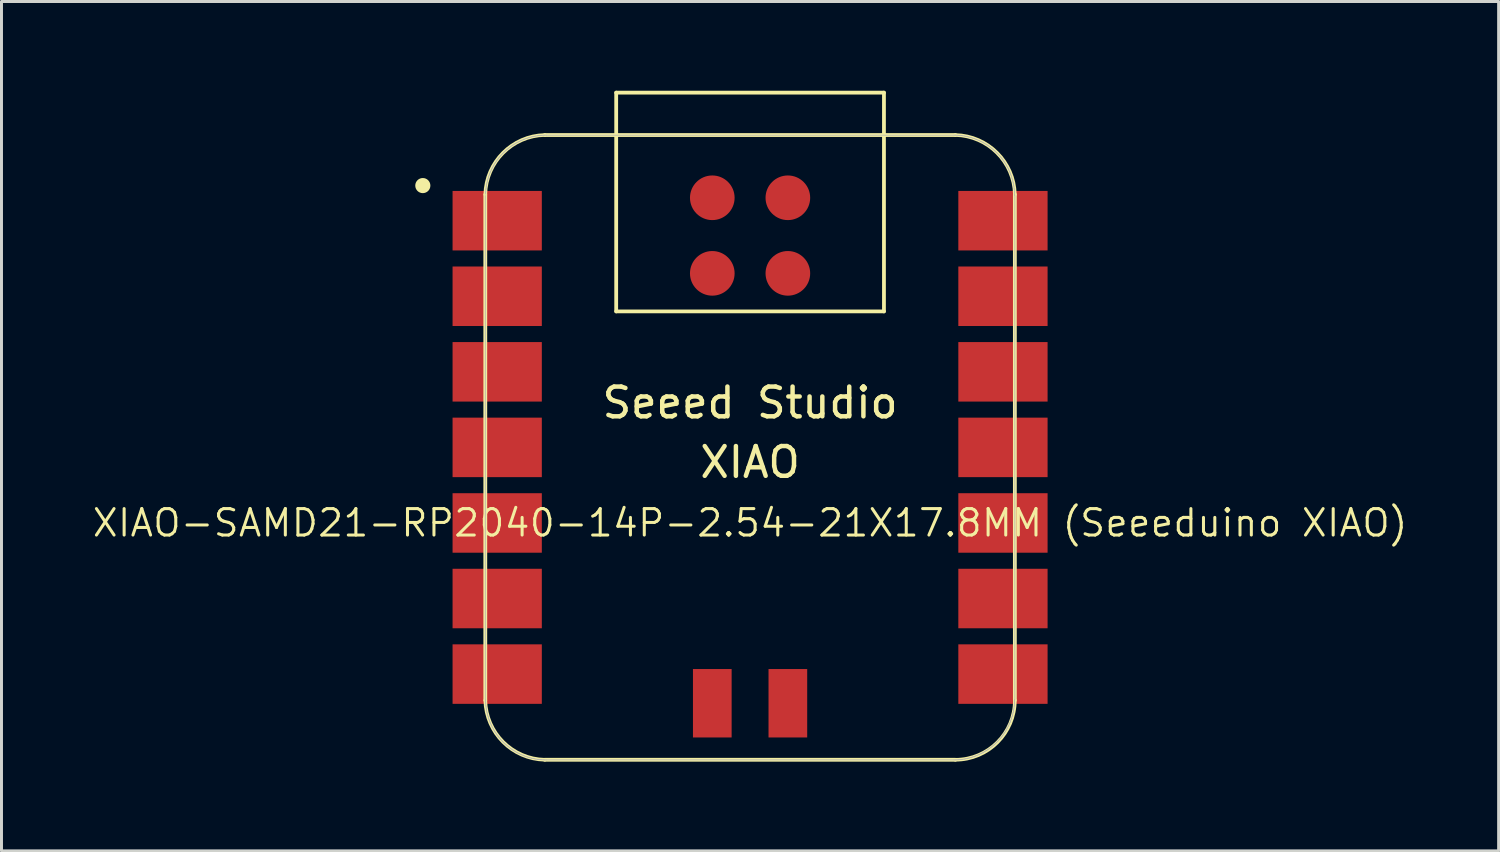
<source format=kicad_pcb>
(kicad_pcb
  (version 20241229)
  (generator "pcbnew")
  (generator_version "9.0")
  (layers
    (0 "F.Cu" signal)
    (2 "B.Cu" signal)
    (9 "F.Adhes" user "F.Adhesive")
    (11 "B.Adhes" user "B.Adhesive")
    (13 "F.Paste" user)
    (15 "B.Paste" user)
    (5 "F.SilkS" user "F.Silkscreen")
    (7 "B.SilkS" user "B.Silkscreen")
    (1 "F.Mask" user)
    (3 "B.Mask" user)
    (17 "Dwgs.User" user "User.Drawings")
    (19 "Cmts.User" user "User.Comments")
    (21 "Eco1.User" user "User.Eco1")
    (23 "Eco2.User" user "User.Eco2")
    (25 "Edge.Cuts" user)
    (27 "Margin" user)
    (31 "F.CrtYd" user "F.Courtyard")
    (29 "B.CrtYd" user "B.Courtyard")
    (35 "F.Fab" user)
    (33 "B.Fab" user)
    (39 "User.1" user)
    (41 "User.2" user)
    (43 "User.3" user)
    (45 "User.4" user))
  (footprint "XIAO-SAMD21-RP2040-14P-2.54-21X17.8MM (Seeeduino XIAO)"
    (layer "F.Cu")
    (at 22.162 11.988)
    (property "Reference" "XIAO-SAMD21-RP2040-14P-2.54-21X17.8MM (Seeeduino XIAO)" (at 0 2.54 0) (layer "F.SilkS") (effects (font (size 0.889 0.889) (thickness 0.102))))
    (attr smd)
    (fp_line (start -8.9 -8.5) (end -8.9 8.5) (stroke (width 0.127) (type solid)) (layer "F.SilkS"))
    (fp_line (start -6.9 10.5) (end 6.9 10.5) (stroke (width 0.127) (type solid)) (layer "F.SilkS"))
    (fp_line (start -4.5 -11.924) (end 4.5 -11.924) (stroke (width 0.127) (type solid)) (layer "F.SilkS"))
    (fp_line (start -4.5 -4.571) (end -4.5 -11.924) (stroke (width 0.127) (type solid)) (layer "F.SilkS"))
    (fp_line (start 4.5 -11.924) (end 4.5 -4.571) (stroke (width 0.127) (type solid)) (layer "F.SilkS"))
    (fp_line (start 4.5 -4.571) (end -4.5 -4.571) (stroke (width 0.127) (type solid)) (layer "F.SilkS"))
    (fp_line (start 6.9 -10.499) (end -6.9 -10.499) (stroke (width 0.127) (type solid)) (layer "F.SilkS"))
    (fp_line (start 8.9 8.5) (end 8.9 -8.5) (stroke (width 0.127) (type solid)) (layer "F.SilkS"))
    (fp_arc (start -8.9 -8.5) (mid -8.301491 -9.901491) (end -6.9 -10.5) (stroke (width 0.12) (type solid)) (layer "F.SilkS"))
    (fp_arc (start -6.9 10.5) (mid -8.301423 9.901423) (end -8.9 8.5) (stroke (width 0.12) (type solid)) (layer "F.SilkS"))
    (fp_arc (start 6.9 -10.5) (mid 8.301494 -9.901494) (end 8.9 -8.5) (stroke (width 0.12) (type solid)) (layer "F.SilkS"))
    (fp_arc (start 8.9 8.5) (mid 8.314214 9.914214) (end 6.9 10.5) (stroke (width 0.12) (type solid)) (layer "F.SilkS"))
    (fp_circle (center -11 -8.8) (end -11 -9.054) (stroke (width 0) (type solid)) (fill yes) (layer "F.SilkS"))
    (fp_poly (pts (xy -8.888 -8.562) (xy -8.885 -8.61) (xy -8.881 -8.659)) (stroke (width 0.025) (type solid)) (fill no) (layer "F.SilkS"))
    (fp_poly (pts (xy 8.889 8.522) (xy 8.888 8.571) (xy 8.885 8.62) (xy 8.881 8.669) (xy 8.875 8.717) (xy 8.869 8.766) (xy 8.861 8.815) (xy 8.852 8.863) (xy 8.842 8.911)) (stroke (width 0.025) (type solid)) (fill no) (layer "F.SilkS"))
    (fp_line (start -8.9 -8.463) (end -8.9 8.473) (stroke (width 0.025) (type solid)) (layer "F.Fab"))
    (fp_line (start -8.89 8.473) (end -8.889 8.522) (stroke (width 0.025) (type solid)) (layer "F.Fab"))
    (fp_line (start -8.889 8.522) (end -8.888 8.571) (stroke (width 0.025) (type solid)) (layer "F.Fab"))
    (fp_line (start -8.888 -8.562) (end -8.889 -8.512) (stroke (width 0.025) (type solid)) (layer "F.Fab"))
    (fp_line (start -8.888 8.571) (end -8.885 8.62) (stroke (width 0.025) (type solid)) (layer "F.Fab"))
    (fp_line (start -8.885 -8.61) (end -8.888 -8.562) (stroke (width 0.025) (type solid)) (layer "F.Fab"))
    (fp_line (start -8.885 8.62) (end -8.881 8.669) (stroke (width 0.025) (type solid)) (layer "F.Fab"))
    (fp_line (start -8.881 -8.659) (end -8.885 -8.61) (stroke (width 0.025) (type solid)) (layer "F.Fab"))
    (fp_line (start -8.881 8.669) (end -8.875 8.717) (stroke (width 0.025) (type solid)) (layer "F.Fab"))
    (fp_line (start -8.875 -8.708) (end -8.881 -8.659) (stroke (width 0.025) (type solid)) (layer "F.Fab"))
    (fp_line (start -8.875 8.717) (end -8.869 8.766) (stroke (width 0.025) (type solid)) (layer "F.Fab"))
    (fp_line (start -8.869 -8.757) (end -8.875 -8.708) (stroke (width 0.025) (type solid)) (layer "F.Fab"))
    (fp_line (start -8.869 8.766) (end -8.861 8.815) (stroke (width 0.025) (type solid)) (layer "F.Fab"))
    (fp_line (start -8.861 -8.806) (end -8.869 -8.757) (stroke (width 0.025) (type solid)) (layer "F.Fab"))
    (fp_line (start -8.861 8.815) (end -8.852 8.863) (stroke (width 0.025) (type solid)) (layer "F.Fab"))
    (fp_line (start -8.852 -8.854) (end -8.861 -8.806) (stroke (width 0.025) (type solid)) (layer "F.Fab"))
    (fp_line (start -8.852 8.863) (end -8.842 8.911) (stroke (width 0.025) (type solid)) (layer "F.Fab"))
    (fp_line (start -8.842 -8.902) (end -8.852 -8.854) (stroke (width 0.025) (type solid)) (layer "F.Fab"))
    (fp_line (start -8.842 8.911) (end -8.831 8.959) (stroke (width 0.025) (type solid)) (layer "F.Fab"))
    (fp_line (start -8.831 -8.95) (end -8.842 -8.902) (stroke (width 0.025) (type solid)) (layer "F.Fab"))
    (fp_line (start -8.831 8.959) (end -8.819 9.006) (stroke (width 0.025) (type solid)) (layer "F.Fab"))
    (fp_line (start -8.819 -8.997) (end -8.831 -8.95) (stroke (width 0.025) (type solid)) (layer "F.Fab"))
    (fp_line (start -8.819 9.006) (end -8.805 9.054) (stroke (width 0.025) (type solid)) (layer "F.Fab"))
    (fp_line (start -8.805 -9.045) (end -8.819 -8.997) (stroke (width 0.025) (type solid)) (layer "F.Fab"))
    (fp_line (start -8.805 9.054) (end -8.79 9.1) (stroke (width 0.025) (type solid)) (layer "F.Fab"))
    (fp_line (start -8.79 -9.091) (end -8.805 -9.045) (stroke (width 0.025) (type solid)) (layer "F.Fab"))
    (fp_line (start -8.79 9.1) (end -8.775 9.147) (stroke (width 0.025) (type solid)) (layer "F.Fab"))
    (fp_line (start -8.775 -9.138) (end -8.79 -9.091) (stroke (width 0.025) (type solid)) (layer "F.Fab"))
    (fp_line (start -8.775 9.147) (end -8.758 9.193) (stroke (width 0.025) (type solid)) (layer "F.Fab"))
    (fp_line (start -8.758 -9.184) (end -8.775 -9.138) (stroke (width 0.025) (type solid)) (layer "F.Fab"))
    (fp_line (start -8.758 9.193) (end -8.74 9.239) (stroke (width 0.025) (type solid)) (layer "F.Fab"))
    (fp_line (start -8.74 -9.23) (end -8.758 -9.184) (stroke (width 0.025) (type solid)) (layer "F.Fab"))
    (fp_line (start -8.74 9.239) (end -8.721 9.284) (stroke (width 0.025) (type solid)) (layer "F.Fab"))
    (fp_line (start -8.721 -9.275) (end -8.74 -9.23) (stroke (width 0.025) (type solid)) (layer "F.Fab"))
    (fp_line (start -8.721 9.284) (end -8.701 9.329) (stroke (width 0.025) (type solid)) (layer "F.Fab"))
    (fp_line (start -8.701 -9.32) (end -8.721 -9.275) (stroke (width 0.025) (type solid)) (layer "F.Fab"))
    (fp_line (start -8.701 9.329) (end -8.679 9.373) (stroke (width 0.025) (type solid)) (layer "F.Fab"))
    (fp_line (start -8.679 -9.364) (end -8.701 -9.32) (stroke (width 0.025) (type solid)) (layer "F.Fab"))
    (fp_line (start -8.679 9.373) (end -8.657 9.417) (stroke (width 0.025) (type solid)) (layer "F.Fab"))
    (fp_line (start -8.657 -9.408) (end -8.679 -9.364) (stroke (width 0.025) (type solid)) (layer "F.Fab"))
    (fp_line (start -8.657 9.417) (end -8.634 9.46) (stroke (width 0.025) (type solid)) (layer "F.Fab"))
    (fp_line (start -8.634 -9.451) (end -8.657 -9.408) (stroke (width 0.025) (type solid)) (layer "F.Fab"))
    (fp_line (start -8.634 9.46) (end -8.61 9.503) (stroke (width 0.025) (type solid)) (layer "F.Fab"))
    (fp_line (start -8.61 -9.494) (end -8.634 -9.451) (stroke (width 0.025) (type solid)) (layer "F.Fab"))
    (fp_line (start -8.61 9.503) (end -8.584 9.545) (stroke (width 0.025) (type solid)) (layer "F.Fab"))
    (fp_line (start -8.584 -9.536) (end -8.61 -9.494) (stroke (width 0.025) (type solid)) (layer "F.Fab"))
    (fp_line (start -8.584 9.545) (end -8.558 9.586) (stroke (width 0.025) (type solid)) (layer "F.Fab"))
    (fp_line (start -8.558 -9.577) (end -8.584 -9.536) (stroke (width 0.025) (type solid)) (layer "F.Fab"))
    (fp_line (start -8.558 9.586) (end -8.53 9.627) (stroke (width 0.025) (type solid)) (layer "F.Fab"))
    (fp_line (start -8.53 -9.618) (end -8.558 -9.577) (stroke (width 0.025) (type solid)) (layer "F.Fab"))
    (fp_line (start -8.53 9.627) (end -8.502 9.667) (stroke (width 0.025) (type solid)) (layer "F.Fab"))
    (fp_line (start -8.502 -9.658) (end -8.53 -9.618) (stroke (width 0.025) (type solid)) (layer "F.Fab"))
    (fp_line (start -8.502 9.667) (end -8.473 9.706) (stroke (width 0.025) (type solid)) (layer "F.Fab"))
    (fp_line (start -8.473 -9.697) (end -8.502 -9.658) (stroke (width 0.025) (type solid)) (layer "F.Fab"))
    (fp_line (start -8.473 9.706) (end -8.442 9.745) (stroke (width 0.025) (type solid)) (layer "F.Fab"))
    (fp_line (start -8.442 -9.736) (end -8.473 -9.697) (stroke (width 0.025) (type solid)) (layer "F.Fab"))
    (fp_line (start -8.442 9.745) (end -8.411 9.783) (stroke (width 0.025) (type solid)) (layer "F.Fab"))
    (fp_line (start -8.411 -9.774) (end -8.442 -9.736) (stroke (width 0.025) (type solid)) (layer "F.Fab"))
    (fp_line (start -8.411 9.783) (end -8.379 9.82) (stroke (width 0.025) (type solid)) (layer "F.Fab"))
    (fp_line (start -8.379 -9.811) (end -8.411 -9.774) (stroke (width 0.025) (type solid)) (layer "F.Fab"))
    (fp_line (start -8.379 9.82) (end -8.346 9.856) (stroke (width 0.025) (type solid)) (layer "F.Fab"))
    (fp_line (start -8.346 -9.847) (end -8.379 -9.811) (stroke (width 0.025) (type solid)) (layer "F.Fab"))
    (fp_line (start -8.346 9.856) (end -8.312 9.892) (stroke (width 0.025) (type solid)) (layer "F.Fab"))
    (fp_line (start -8.312 -9.883) (end -8.346 -9.847) (stroke (width 0.025) (type solid)) (layer "F.Fab"))
    (fp_line (start -8.312 9.892) (end -8.277 9.927) (stroke (width 0.025) (type solid)) (layer "F.Fab"))
    (fp_line (start -8.277 -9.918) (end -8.312 -9.883) (stroke (width 0.025) (type solid)) (layer "F.Fab"))
    (fp_line (start -8.277 9.927) (end -8.242 9.96) (stroke (width 0.025) (type solid)) (layer "F.Fab"))
    (fp_line (start -8.242 -9.951) (end -8.277 -9.918) (stroke (width 0.025) (type solid)) (layer "F.Fab"))
    (fp_line (start -8.242 9.96) (end -8.205 9.994) (stroke (width 0.025) (type solid)) (layer "F.Fab"))
    (fp_line (start -8.205 -9.984) (end -8.242 -9.951) (stroke (width 0.025) (type solid)) (layer "F.Fab"))
    (fp_line (start -8.205 9.994) (end -8.168 10.026) (stroke (width 0.025) (type solid)) (layer "F.Fab"))
    (fp_line (start -8.168 -10.017) (end -8.205 -9.984) (stroke (width 0.025) (type solid)) (layer "F.Fab"))
    (fp_line (start -8.168 10.026) (end -8.13 10.057) (stroke (width 0.025) (type solid)) (layer "F.Fab"))
    (fp_line (start -8.13 -10.048) (end -8.168 -10.017) (stroke (width 0.025) (type solid)) (layer "F.Fab"))
    (fp_line (start -8.13 10.057) (end -8.092 10.087) (stroke (width 0.025) (type solid)) (layer "F.Fab"))
    (fp_line (start -8.092 -10.078) (end -8.13 -10.048) (stroke (width 0.025) (type solid)) (layer "F.Fab"))
    (fp_line (start -8.092 10.087) (end -8.052 10.116) (stroke (width 0.025) (type solid)) (layer "F.Fab"))
    (fp_line (start -8.052 -10.107) (end -8.092 -10.078) (stroke (width 0.025) (type solid)) (layer "F.Fab"))
    (fp_line (start -8.052 10.116) (end -8.012 10.145) (stroke (width 0.025) (type solid)) (layer "F.Fab"))
    (fp_line (start -8.012 -10.136) (end -8.052 -10.107) (stroke (width 0.025) (type solid)) (layer "F.Fab"))
    (fp_line (start -8.012 10.145) (end -7.972 10.172) (stroke (width 0.025) (type solid)) (layer "F.Fab"))
    (fp_line (start -7.972 -10.163) (end -8.012 -10.136) (stroke (width 0.025) (type solid)) (layer "F.Fab"))
    (fp_line (start -7.972 10.172) (end -7.93 10.199) (stroke (width 0.025) (type solid)) (layer "F.Fab"))
    (fp_line (start -7.93 -10.19) (end -7.972 -10.163) (stroke (width 0.025) (type solid)) (layer "F.Fab"))
    (fp_line (start -7.93 10.199) (end -7.888 10.224) (stroke (width 0.025) (type solid)) (layer "F.Fab"))
    (fp_line (start -7.888 -10.215) (end -7.93 -10.19) (stroke (width 0.025) (type solid)) (layer "F.Fab"))
    (fp_line (start -7.888 10.224) (end -7.846 10.249) (stroke (width 0.025) (type solid)) (layer "F.Fab"))
    (fp_line (start -7.846 -10.239) (end -7.888 -10.215) (stroke (width 0.025) (type solid)) (layer "F.Fab"))
    (fp_line (start -7.846 10.249) (end -7.802 10.272) (stroke (width 0.025) (type solid)) (layer "F.Fab"))
    (fp_line (start -7.802 -10.263) (end -7.846 -10.239) (stroke (width 0.025) (type solid)) (layer "F.Fab"))
    (fp_line (start -7.802 10.272) (end -7.759 10.294) (stroke (width 0.025) (type solid)) (layer "F.Fab"))
    (fp_line (start -7.759 -10.285) (end -7.802 -10.263) (stroke (width 0.025) (type solid)) (layer "F.Fab"))
    (fp_line (start -7.759 10.294) (end -7.714 10.315) (stroke (width 0.025) (type solid)) (layer "F.Fab"))
    (fp_line (start -7.714 -10.306) (end -7.759 -10.285) (stroke (width 0.025) (type solid)) (layer "F.Fab"))
    (fp_line (start -7.714 10.315) (end -7.67 10.335) (stroke (width 0.025) (type solid)) (layer "F.Fab"))
    (fp_line (start -7.67 -10.326) (end -7.714 -10.306) (stroke (width 0.025) (type solid)) (layer "F.Fab"))
    (fp_line (start -7.67 10.335) (end -7.624 10.354) (stroke (width 0.025) (type solid)) (layer "F.Fab"))
    (fp_line (start -7.624 -10.345) (end -7.67 -10.326) (stroke (width 0.025) (type solid)) (layer "F.Fab"))
    (fp_line (start -7.624 10.354) (end -7.579 10.372) (stroke (width 0.025) (type solid)) (layer "F.Fab"))
    (fp_line (start -7.579 -10.363) (end -7.624 -10.345) (stroke (width 0.025) (type solid)) (layer "F.Fab"))
    (fp_line (start -7.579 10.372) (end -7.532 10.389) (stroke (width 0.025) (type solid)) (layer "F.Fab"))
    (fp_line (start -7.532 -10.38) (end -7.579 -10.363) (stroke (width 0.025) (type solid)) (layer "F.Fab"))
    (fp_line (start -7.532 10.389) (end -7.486 10.405) (stroke (width 0.025) (type solid)) (layer "F.Fab"))
    (fp_line (start -7.486 -10.396) (end -7.532 -10.38) (stroke (width 0.025) (type solid)) (layer "F.Fab"))
    (fp_line (start -7.486 10.405) (end -7.439 10.42) (stroke (width 0.025) (type solid)) (layer "F.Fab"))
    (fp_line (start -7.439 -10.411) (end -7.486 -10.396) (stroke (width 0.025) (type solid)) (layer "F.Fab"))
    (fp_line (start -7.439 10.42) (end -7.392 10.433) (stroke (width 0.025) (type solid)) (layer "F.Fab"))
    (fp_line (start -7.392 -10.424) (end -7.439 -10.411) (stroke (width 0.025) (type solid)) (layer "F.Fab"))
    (fp_line (start -7.392 10.433) (end -7.344 10.446) (stroke (width 0.025) (type solid)) (layer "F.Fab"))
    (fp_line (start -7.344 -10.436) (end -7.392 -10.424) (stroke (width 0.025) (type solid)) (layer "F.Fab"))
    (fp_line (start -7.344 10.446) (end -7.296 10.457) (stroke (width 0.025) (type solid)) (layer "F.Fab"))
    (fp_line (start -7.296 -10.448) (end -7.344 -10.436) (stroke (width 0.025) (type solid)) (layer "F.Fab"))
    (fp_line (start -7.296 10.457) (end -7.248 10.467) (stroke (width 0.025) (type solid)) (layer "F.Fab"))
    (fp_line (start -7.248 -10.458) (end -7.296 -10.448) (stroke (width 0.025) (type solid)) (layer "F.Fab"))
    (fp_line (start -7.248 10.467) (end -7.2 10.476) (stroke (width 0.025) (type solid)) (layer "F.Fab"))
    (fp_line (start -7.2 -10.466) (end -7.248 -10.458) (stroke (width 0.025) (type solid)) (layer "F.Fab"))
    (fp_line (start -7.2 10.476) (end -7.152 10.483) (stroke (width 0.025) (type solid)) (layer "F.Fab"))
    (fp_line (start -7.152 -10.474) (end -7.2 -10.466) (stroke (width 0.025) (type solid)) (layer "F.Fab"))
    (fp_line (start -7.152 10.483) (end -7.103 10.49) (stroke (width 0.025) (type solid)) (layer "F.Fab"))
    (fp_line (start -7.103 -10.481) (end -7.152 -10.474) (stroke (width 0.025) (type solid)) (layer "F.Fab"))
    (fp_line (start -7.103 10.49) (end -7.054 10.495) (stroke (width 0.025) (type solid)) (layer "F.Fab"))
    (fp_line (start -7.054 -10.486) (end -7.103 -10.481) (stroke (width 0.025) (type solid)) (layer "F.Fab"))
    (fp_line (start -7.054 10.495) (end -7.005 10.499) (stroke (width 0.025) (type solid)) (layer "F.Fab"))
    (fp_line (start -7.005 -10.49) (end -7.054 -10.486) (stroke (width 0.025) (type solid)) (layer "F.Fab"))
    (fp_line (start -7.005 10.499) (end -6.956 10.502) (stroke (width 0.025) (type solid)) (layer "F.Fab"))
    (fp_line (start -6.956 -10.493) (end -7.005 -10.49) (stroke (width 0.025) (type solid)) (layer "F.Fab"))
    (fp_line (start -6.956 10.502) (end -6.907 10.504) (stroke (width 0.025) (type solid)) (layer "F.Fab"))
    (fp_line (start -6.907 -10.495) (end -6.956 -10.493) (stroke (width 0.025) (type solid)) (layer "F.Fab"))
    (fp_line (start -6.907 10.504) (end -6.858 10.505) (stroke (width 0.025) (type solid)) (layer "F.Fab"))
    (fp_line (start -6.858 -10.495) (end -6.907 -10.495) (stroke (width 0.025) (type solid)) (layer "F.Fab"))
    (fp_line (start -6.858 10.505) (end 6.858 10.505) (stroke (width 0.025) (type solid)) (layer "F.Fab"))
    (fp_line (start 6.858 -10.495) (end -6.858 -10.495) (stroke (width 0.025) (type solid)) (layer "F.Fab"))
    (fp_line (start 6.858 10.505) (end 6.907 10.504) (stroke (width 0.025) (type solid)) (layer "F.Fab"))
    (fp_line (start 6.907 -10.495) (end 6.858 -10.495) (stroke (width 0.025) (type solid)) (layer "F.Fab"))
    (fp_line (start 6.907 10.504) (end 6.956 10.502) (stroke (width 0.025) (type solid)) (layer "F.Fab"))
    (fp_line (start 6.956 -10.493) (end 6.907 -10.495) (stroke (width 0.025) (type solid)) (layer "F.Fab"))
    (fp_line (start 6.956 10.502) (end 7.005 10.499) (stroke (width 0.025) (type solid)) (layer "F.Fab"))
    (fp_line (start 7.005 -10.49) (end 6.956 -10.493) (stroke (width 0.025) (type solid)) (layer "F.Fab"))
    (fp_line (start 7.005 10.499) (end 7.054 10.495) (stroke (width 0.025) (type solid)) (layer "F.Fab"))
    (fp_line (start 7.054 -10.486) (end 7.005 -10.49) (stroke (width 0.025) (type solid)) (layer "F.Fab"))
    (fp_line (start 7.054 10.495) (end 7.103 10.49) (stroke (width 0.025) (type solid)) (layer "F.Fab"))
    (fp_line (start 7.103 -10.481) (end 7.054 -10.486) (stroke (width 0.025) (type solid)) (layer "F.Fab"))
    (fp_line (start 7.103 10.49) (end 7.152 10.483) (stroke (width 0.025) (type solid)) (layer "F.Fab"))
    (fp_line (start 7.152 -10.474) (end 7.103 -10.481) (stroke (width 0.025) (type solid)) (layer "F.Fab"))
    (fp_line (start 7.152 10.483) (end 7.2 10.476) (stroke (width 0.025) (type solid)) (layer "F.Fab"))
    (fp_line (start 7.2 -10.466) (end 7.152 -10.474) (stroke (width 0.025) (type solid)) (layer "F.Fab"))
    (fp_line (start 7.2 10.476) (end 7.248 10.467) (stroke (width 0.025) (type solid)) (layer "F.Fab"))
    (fp_line (start 7.248 -10.458) (end 7.2 -10.466) (stroke (width 0.025) (type solid)) (layer "F.Fab"))
    (fp_line (start 7.248 10.467) (end 7.296 10.457) (stroke (width 0.025) (type solid)) (layer "F.Fab"))
    (fp_line (start 7.296 -10.448) (end 7.248 -10.458) (stroke (width 0.025) (type solid)) (layer "F.Fab"))
    (fp_line (start 7.296 10.457) (end 7.344 10.446) (stroke (width 0.025) (type solid)) (layer "F.Fab"))
    (fp_line (start 7.344 -10.436) (end 7.296 -10.448) (stroke (width 0.025) (type solid)) (layer "F.Fab"))
    (fp_line (start 7.344 10.446) (end 7.392 10.433) (stroke (width 0.025) (type solid)) (layer "F.Fab"))
    (fp_line (start 7.392 -10.424) (end 7.344 -10.436) (stroke (width 0.025) (type solid)) (layer "F.Fab"))
    (fp_line (start 7.392 10.433) (end 7.439 10.42) (stroke (width 0.025) (type solid)) (layer "F.Fab"))
    (fp_line (start 7.439 -10.411) (end 7.392 -10.424) (stroke (width 0.025) (type solid)) (layer "F.Fab"))
    (fp_line (start 7.439 10.42) (end 7.486 10.405) (stroke (width 0.025) (type solid)) (layer "F.Fab"))
    (fp_line (start 7.486 -10.396) (end 7.439 -10.411) (stroke (width 0.025) (type solid)) (layer "F.Fab"))
    (fp_line (start 7.486 10.405) (end 7.532 10.389) (stroke (width 0.025) (type solid)) (layer "F.Fab"))
    (fp_line (start 7.532 -10.38) (end 7.486 -10.396) (stroke (width 0.025) (type solid)) (layer "F.Fab"))
    (fp_line (start 7.532 10.389) (end 7.579 10.372) (stroke (width 0.025) (type solid)) (layer "F.Fab"))
    (fp_line (start 7.579 -10.363) (end 7.532 -10.38) (stroke (width 0.025) (type solid)) (layer "F.Fab"))
    (fp_line (start 7.579 10.372) (end 7.624 10.354) (stroke (width 0.025) (type solid)) (layer "F.Fab"))
    (fp_line (start 7.624 -10.345) (end 7.579 -10.363) (stroke (width 0.025) (type solid)) (layer "F.Fab"))
    (fp_line (start 7.624 10.354) (end 7.67 10.335) (stroke (width 0.025) (type solid)) (layer "F.Fab"))
    (fp_line (start 7.67 -10.326) (end 7.624 -10.345) (stroke (width 0.025) (type solid)) (layer "F.Fab"))
    (fp_line (start 7.67 10.335) (end 7.714 10.315) (stroke (width 0.025) (type solid)) (layer "F.Fab"))
    (fp_line (start 7.714 -10.306) (end 7.67 -10.326) (stroke (width 0.025) (type solid)) (layer "F.Fab"))
    (fp_line (start 7.714 10.315) (end 7.759 10.294) (stroke (width 0.025) (type solid)) (layer "F.Fab"))
    (fp_line (start 7.759 -10.285) (end 7.714 -10.306) (stroke (width 0.025) (type solid)) (layer "F.Fab"))
    (fp_line (start 7.759 10.294) (end 7.802 10.272) (stroke (width 0.025) (type solid)) (layer "F.Fab"))
    (fp_line (start 7.802 -10.263) (end 7.759 -10.285) (stroke (width 0.025) (type solid)) (layer "F.Fab"))
    (fp_line (start 7.802 10.272) (end 7.846 10.249) (stroke (width 0.025) (type solid)) (layer "F.Fab"))
    (fp_line (start 7.846 -10.239) (end 7.802 -10.263) (stroke (width 0.025) (type solid)) (layer "F.Fab"))
    (fp_line (start 7.846 10.249) (end 7.888 10.224) (stroke (width 0.025) (type solid)) (layer "F.Fab"))
    (fp_line (start 7.888 -10.215) (end 7.846 -10.239) (stroke (width 0.025) (type solid)) (layer "F.Fab"))
    (fp_line (start 7.888 10.224) (end 7.93 10.199) (stroke (width 0.025) (type solid)) (layer "F.Fab"))
    (fp_line (start 7.93 -10.19) (end 7.888 -10.215) (stroke (width 0.025) (type solid)) (layer "F.Fab"))
    (fp_line (start 7.93 10.199) (end 7.972 10.172) (stroke (width 0.025) (type solid)) (layer "F.Fab"))
    (fp_line (start 7.972 -10.163) (end 7.93 -10.19) (stroke (width 0.025) (type solid)) (layer "F.Fab"))
    (fp_line (start 7.972 10.172) (end 8.012 10.145) (stroke (width 0.025) (type solid)) (layer "F.Fab"))
    (fp_line (start 8.012 -10.136) (end 7.972 -10.163) (stroke (width 0.025) (type solid)) (layer "F.Fab"))
    (fp_line (start 8.012 10.145) (end 8.052 10.116) (stroke (width 0.025) (type solid)) (layer "F.Fab"))
    (fp_line (start 8.052 -10.107) (end 8.012 -10.136) (stroke (width 0.025) (type solid)) (layer "F.Fab"))
    (fp_line (start 8.052 10.116) (end 8.092 10.087) (stroke (width 0.025) (type solid)) (layer "F.Fab"))
    (fp_line (start 8.092 -10.078) (end 8.052 -10.107) (stroke (width 0.025) (type solid)) (layer "F.Fab"))
    (fp_line (start 8.092 10.087) (end 8.13 10.057) (stroke (width 0.025) (type solid)) (layer "F.Fab"))
    (fp_line (start 8.13 -10.048) (end 8.092 -10.078) (stroke (width 0.025) (type solid)) (layer "F.Fab"))
    (fp_line (start 8.13 10.057) (end 8.168 10.026) (stroke (width 0.025) (type solid)) (layer "F.Fab"))
    (fp_line (start 8.168 -10.017) (end 8.13 -10.048) (stroke (width 0.025) (type solid)) (layer "F.Fab"))
    (fp_line (start 8.168 10.026) (end 8.205 9.994) (stroke (width 0.025) (type solid)) (layer "F.Fab"))
    (fp_line (start 8.205 -9.984) (end 8.168 -10.017) (stroke (width 0.025) (type solid)) (layer "F.Fab"))
    (fp_line (start 8.205 9.994) (end 8.242 9.96) (stroke (width 0.025) (type solid)) (layer "F.Fab"))
    (fp_line (start 8.242 -9.951) (end 8.205 -9.984) (stroke (width 0.025) (type solid)) (layer "F.Fab"))
    (fp_line (start 8.242 9.96) (end 8.277 9.927) (stroke (width 0.025) (type solid)) (layer "F.Fab"))
    (fp_line (start 8.277 -9.918) (end 8.242 -9.951) (stroke (width 0.025) (type solid)) (layer "F.Fab"))
    (fp_line (start 8.277 9.927) (end 8.312 9.892) (stroke (width 0.025) (type solid)) (layer "F.Fab"))
    (fp_line (start 8.312 -9.883) (end 8.277 -9.918) (stroke (width 0.025) (type solid)) (layer "F.Fab"))
    (fp_line (start 8.312 9.892) (end 8.346 9.856) (stroke (width 0.025) (type solid)) (layer "F.Fab"))
    (fp_line (start 8.346 -9.847) (end 8.312 -9.883) (stroke (width 0.025) (type solid)) (layer "F.Fab"))
    (fp_line (start 8.346 9.856) (end 8.379 9.82) (stroke (width 0.025) (type solid)) (layer "F.Fab"))
    (fp_line (start 8.379 -9.811) (end 8.346 -9.847) (stroke (width 0.025) (type solid)) (layer "F.Fab"))
    (fp_line (start 8.379 9.82) (end 8.411 9.783) (stroke (width 0.025) (type solid)) (layer "F.Fab"))
    (fp_line (start 8.411 -9.774) (end 8.379 -9.811) (stroke (width 0.025) (type solid)) (layer "F.Fab"))
    (fp_line (start 8.411 9.783) (end 8.442 9.745) (stroke (width 0.025) (type solid)) (layer "F.Fab"))
    (fp_line (start 8.442 -9.736) (end 8.411 -9.774) (stroke (width 0.025) (type solid)) (layer "F.Fab"))
    (fp_line (start 8.442 9.745) (end 8.473 9.706) (stroke (width 0.025) (type solid)) (layer "F.Fab"))
    (fp_line (start 8.473 -9.697) (end 8.442 -9.736) (stroke (width 0.025) (type solid)) (layer "F.Fab"))
    (fp_line (start 8.473 9.706) (end 8.502 9.667) (stroke (width 0.025) (type solid)) (layer "F.Fab"))
    (fp_line (start 8.502 -9.658) (end 8.473 -9.697) (stroke (width 0.025) (type solid)) (layer "F.Fab"))
    (fp_line (start 8.502 9.667) (end 8.53 9.627) (stroke (width 0.025) (type solid)) (layer "F.Fab"))
    (fp_line (start 8.53 -9.618) (end 8.502 -9.658) (stroke (width 0.025) (type solid)) (layer "F.Fab"))
    (fp_line (start 8.53 9.627) (end 8.558 9.586) (stroke (width 0.025) (type solid)) (layer "F.Fab"))
    (fp_line (start 8.558 -9.577) (end 8.53 -9.618) (stroke (width 0.025) (type solid)) (layer "F.Fab"))
    (fp_line (start 8.558 9.586) (end 8.584 9.545) (stroke (width 0.025) (type solid)) (layer "F.Fab"))
    (fp_line (start 8.584 -9.536) (end 8.558 -9.577) (stroke (width 0.025) (type solid)) (layer "F.Fab"))
    (fp_line (start 8.584 9.545) (end 8.61 9.503) (stroke (width 0.025) (type solid)) (layer "F.Fab"))
    (fp_line (start 8.61 -9.494) (end 8.584 -9.536) (stroke (width 0.025) (type solid)) (layer "F.Fab"))
    (fp_line (start 8.61 9.503) (end 8.634 9.46) (stroke (width 0.025) (type solid)) (layer "F.Fab"))
    (fp_line (start 8.634 -9.451) (end 8.61 -9.494) (stroke (width 0.025) (type solid)) (layer "F.Fab"))
    (fp_line (start 8.634 9.46) (end 8.657 9.417) (stroke (width 0.025) (type solid)) (layer "F.Fab"))
    (fp_line (start 8.657 -9.408) (end 8.634 -9.451) (stroke (width 0.025) (type solid)) (layer "F.Fab"))
    (fp_line (start 8.657 9.417) (end 8.679 9.373) (stroke (width 0.025) (type solid)) (layer "F.Fab"))
    (fp_line (start 8.679 -9.364) (end 8.657 -9.408) (stroke (width 0.025) (type solid)) (layer "F.Fab"))
    (fp_line (start 8.679 9.373) (end 8.701 9.329) (stroke (width 0.025) (type solid)) (layer "F.Fab"))
    (fp_line (start 8.701 -9.32) (end 8.679 -9.364) (stroke (width 0.025) (type solid)) (layer "F.Fab"))
    (fp_line (start 8.701 9.329) (end 8.721 9.284) (stroke (width 0.025) (type solid)) (layer "F.Fab"))
    (fp_line (start 8.721 -9.275) (end 8.701 -9.32) (stroke (width 0.025) (type solid)) (layer "F.Fab"))
    (fp_line (start 8.721 9.284) (end 8.74 9.239) (stroke (width 0.025) (type solid)) (layer "F.Fab"))
    (fp_line (start 8.74 -9.23) (end 8.721 -9.275) (stroke (width 0.025) (type solid)) (layer "F.Fab"))
    (fp_line (start 8.74 9.239) (end 8.758 9.193) (stroke (width 0.025) (type solid)) (layer "F.Fab"))
    (fp_line (start 8.758 -9.184) (end 8.74 -9.23) (stroke (width 0.025) (type solid)) (layer "F.Fab"))
    (fp_line (start 8.758 9.193) (end 8.775 9.147) (stroke (width 0.025) (type solid)) (layer "F.Fab"))
    (fp_line (start 8.775 -9.138) (end 8.758 -9.184) (stroke (width 0.025) (type solid)) (layer "F.Fab"))
    (fp_line (start 8.775 9.147) (end 8.79 9.1) (stroke (width 0.025) (type solid)) (layer "F.Fab"))
    (fp_line (start 8.79 -9.091) (end 8.775 -9.138) (stroke (width 0.025) (type solid)) (layer "F.Fab"))
    (fp_line (start 8.79 9.1) (end 8.805 9.054) (stroke (width 0.025) (type solid)) (layer "F.Fab"))
    (fp_line (start 8.805 -9.045) (end 8.79 -9.091) (stroke (width 0.025) (type solid)) (layer "F.Fab"))
    (fp_line (start 8.805 9.054) (end 8.819 9.006) (stroke (width 0.025) (type solid)) (layer "F.Fab"))
    (fp_line (start 8.819 -8.997) (end 8.805 -9.045) (stroke (width 0.025) (type solid)) (layer "F.Fab"))
    (fp_line (start 8.819 9.006) (end 8.831 8.959) (stroke (width 0.025) (type solid)) (layer "F.Fab"))
    (fp_line (start 8.831 -8.95) (end 8.819 -8.997) (stroke (width 0.025) (type solid)) (layer "F.Fab"))
    (fp_line (start 8.831 8.959) (end 8.842 8.911) (stroke (width 0.025) (type solid)) (layer "F.Fab"))
    (fp_line (start 8.842 -8.902) (end 8.831 -8.95) (stroke (width 0.025) (type solid)) (layer "F.Fab"))
    (fp_line (start 8.842 8.911) (end 8.852 8.863) (stroke (width 0.025) (type solid)) (layer "F.Fab"))
    (fp_line (start 8.852 -8.854) (end 8.842 -8.902) (stroke (width 0.025) (type solid)) (layer "F.Fab"))
    (fp_line (start 8.852 8.863) (end 8.861 8.815) (stroke (width 0.025) (type solid)) (layer "F.Fab"))
    (fp_line (start 8.861 -8.806) (end 8.852 -8.854) (stroke (width 0.025) (type solid)) (layer "F.Fab"))
    (fp_line (start 8.861 8.815) (end 8.869 8.766) (stroke (width 0.025) (type solid)) (layer "F.Fab"))
    (fp_line (start 8.869 -8.757) (end 8.861 -8.806) (stroke (width 0.025) (type solid)) (layer "F.Fab"))
    (fp_line (start 8.869 8.766) (end 8.875 8.717) (stroke (width 0.025) (type solid)) (layer "F.Fab"))
    (fp_line (start 8.875 -8.708) (end 8.869 -8.757) (stroke (width 0.025) (type solid)) (layer "F.Fab"))
    (fp_line (start 8.875 8.717) (end 8.881 8.669) (stroke (width 0.025) (type solid)) (layer "F.Fab"))
    (fp_line (start 8.881 -8.659) (end 8.875 -8.708) (stroke (width 0.025) (type solid)) (layer "F.Fab"))
    (fp_line (start 8.881 8.669) (end 8.885 8.62) (stroke (width 0.025) (type solid)) (layer "F.Fab"))
    (fp_line (start 8.885 -8.61) (end 8.881 -8.659) (stroke (width 0.025) (type solid)) (layer "F.Fab"))
    (fp_line (start 8.885 8.62) (end 8.888 8.571) (stroke (width 0.025) (type solid)) (layer "F.Fab"))
    (fp_line (start 8.888 -8.562) (end 8.885 -8.61) (stroke (width 0.025) (type solid)) (layer "F.Fab"))
    (fp_line (start 8.888 8.571) (end 8.889 8.522) (stroke (width 0.025) (type solid)) (layer "F.Fab"))
    (fp_line (start 8.889 -8.512) (end 8.888 -8.562) (stroke (width 0.025) (type solid)) (layer "F.Fab"))
    (fp_line (start 8.889 8.522) (end 8.89 8.473) (stroke (width 0.025) (type solid)) (layer "F.Fab"))
    (fp_line (start 8.89 -8.463) (end 8.889 -8.512) (stroke (width 0.025) (type solid)) (layer "F.Fab"))
    (fp_line (start 8.9 8.473) (end 8.9 -8.463) (stroke (width 0.025) (type solid)) (layer "F.Fab"))
    (fp_text user "XIAO" (at 0 0.5 0) (unlocked yes) (layer "F.SilkS") (effects (font (size 1 1) (thickness 0.15))))
    (fp_text user "Seeed Studio" (at 0 -1.5 0) (unlocked yes) (layer "F.SilkS") (effects (font (size 1 1) (thickness 0.15))))
    (pad "1" smd rect (at -8.5 -7.62) (size 3 2) (layers "F.Cu" "F.Mask" "F.Paste"))
    (pad "2" smd rect (at -8.5 -5.08) (size 3 2) (layers "F.Cu" "F.Mask" "F.Paste"))
    (pad "3" smd rect (at -8.5 -2.54) (size 3 2) (layers "F.Cu" "F.Mask" "F.Paste"))
    (pad "4" smd rect (at -8.5 0) (size 3 2) (layers "F.Cu" "F.Mask" "F.Paste"))
    (pad "5" smd rect (at -8.5 2.54) (size 3 2) (layers "F.Cu" "F.Mask" "F.Paste"))
    (pad "6" smd rect (at -8.5 5.08 180) (size 3 2) (layers "F.Cu" "F.Mask" "F.Paste"))
    (pad "7" smd rect (at -8.5 7.62) (size 3 2) (layers "F.Cu" "F.Mask" "F.Paste"))
    (pad "8" smd rect (at 8.5 7.62) (size 3 2) (layers "F.Cu" "F.Mask" "F.Paste"))
    (pad "9" smd rect (at 8.5 5.08) (size 3 2) (layers "F.Cu" "F.Mask" "F.Paste"))
    (pad "10" smd rect (at 8.5 2.54) (size 3 2) (layers "F.Cu" "F.Mask" "F.Paste"))
    (pad "11" smd rect (at 8.5 0) (size 3 2) (layers "F.Cu" "F.Mask" "F.Paste"))
    (pad "12" smd rect (at 8.5 -2.54) (size 3 2) (layers "F.Cu" "F.Mask" "F.Paste"))
    (pad "13" smd rect (at 8.5 -5.08) (size 3 2) (layers "F.Cu" "F.Mask" "F.Paste"))
    (pad "14" smd rect (at 8.5 -7.62) (size 3 2) (layers "F.Cu" "F.Mask" "F.Paste"))
    (pad "15" smd circle (at -1.27 -8.39 90) (size 1.5 1.5) (layers "F.Cu" "F.Mask" "F.Paste"))
    (pad "16" smd circle (at 1.27 -8.39 90) (size 1.5 1.5) (layers "F.Cu" "F.Mask" "F.Paste"))
    (pad "17" smd circle (at -1.27 -5.85 90) (size 1.5 1.5) (layers "F.Cu" "F.Mask" "F.Paste"))
    (pad "18" smd circle (at 1.27 -5.85 90) (size 1.5 1.5) (layers "F.Cu" "F.Mask" "F.Paste"))
    (pad "19" smd rect (at -1.27 8.6 90) (size 2.3 1.3) (layers "F.Cu" "F.Mask" "F.Paste"))
    (pad "20" smd rect (at 1.27 8.6 90) (size 2.3 1.3) (layers "F.Cu" "F.Mask" "F.Paste")))
  (gr_rect
    (start -3 -3)
    (end 47.323 25.551)
    (stroke (width 0.1) (type default))
    (fill no)
    (layer "Edge.Cuts")))
</source>
